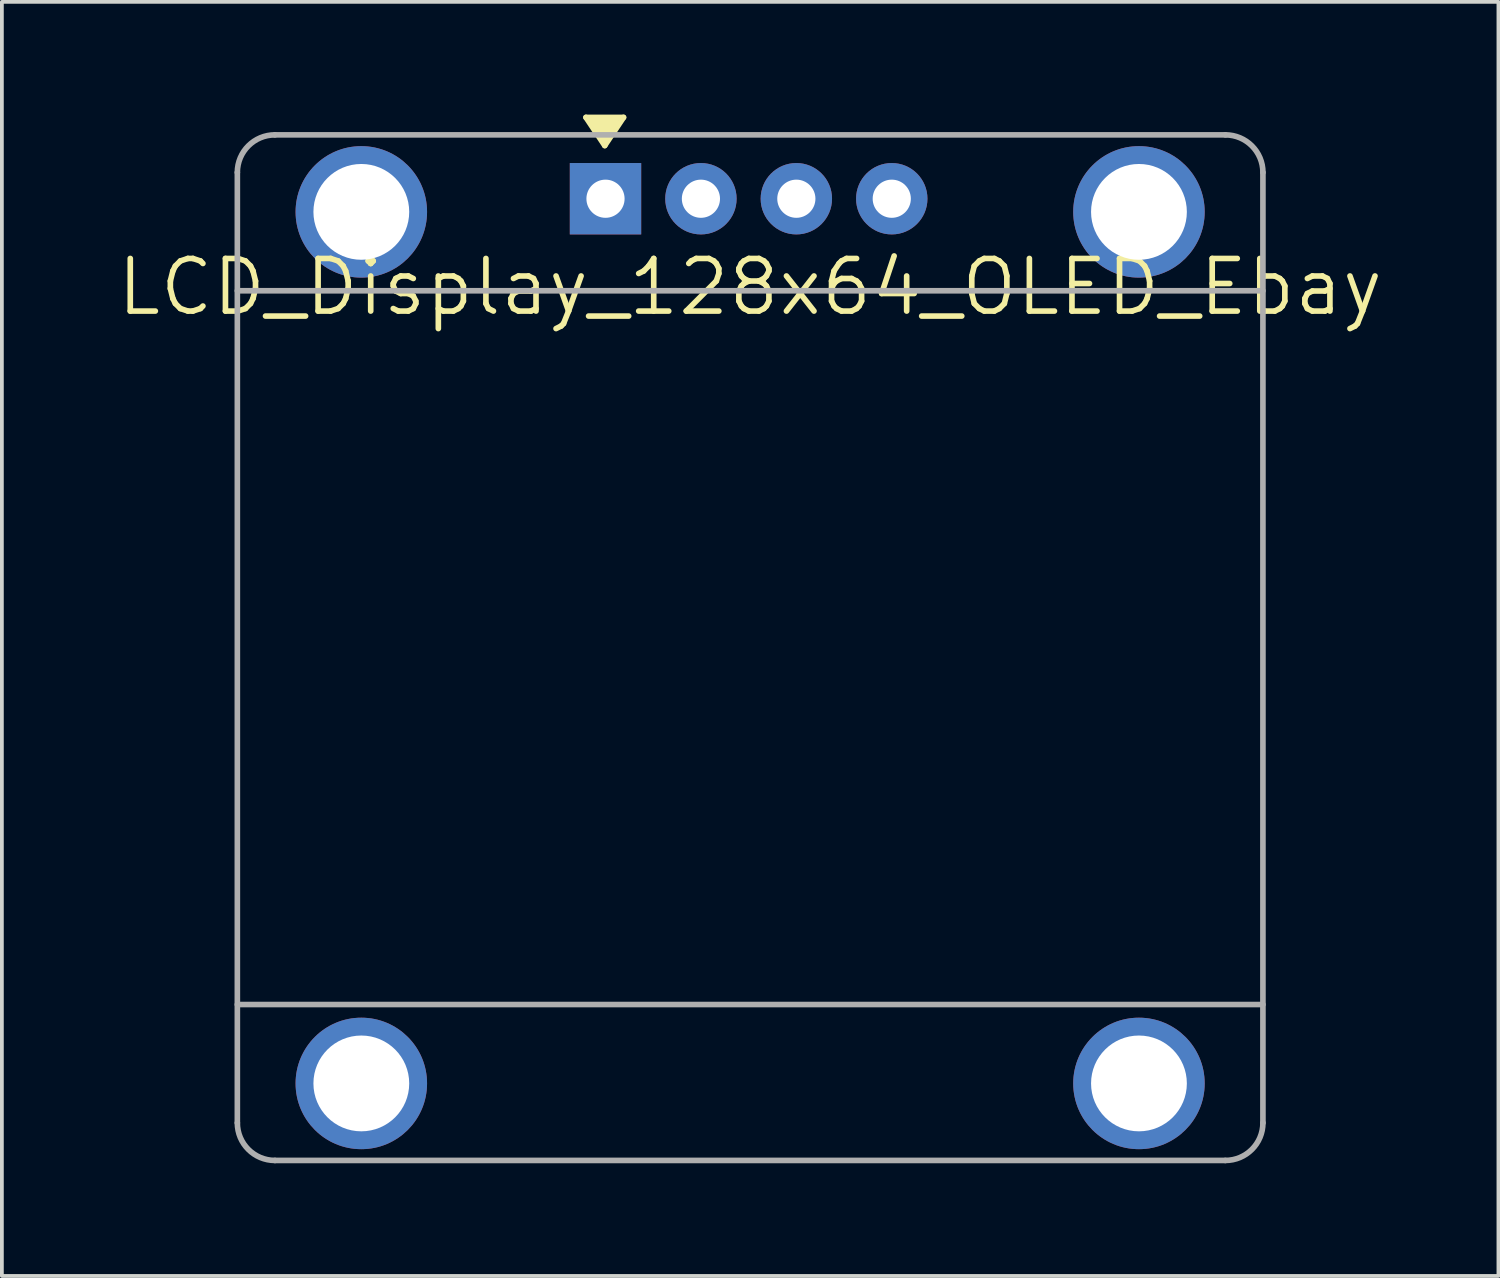
<source format=kicad_pcb>
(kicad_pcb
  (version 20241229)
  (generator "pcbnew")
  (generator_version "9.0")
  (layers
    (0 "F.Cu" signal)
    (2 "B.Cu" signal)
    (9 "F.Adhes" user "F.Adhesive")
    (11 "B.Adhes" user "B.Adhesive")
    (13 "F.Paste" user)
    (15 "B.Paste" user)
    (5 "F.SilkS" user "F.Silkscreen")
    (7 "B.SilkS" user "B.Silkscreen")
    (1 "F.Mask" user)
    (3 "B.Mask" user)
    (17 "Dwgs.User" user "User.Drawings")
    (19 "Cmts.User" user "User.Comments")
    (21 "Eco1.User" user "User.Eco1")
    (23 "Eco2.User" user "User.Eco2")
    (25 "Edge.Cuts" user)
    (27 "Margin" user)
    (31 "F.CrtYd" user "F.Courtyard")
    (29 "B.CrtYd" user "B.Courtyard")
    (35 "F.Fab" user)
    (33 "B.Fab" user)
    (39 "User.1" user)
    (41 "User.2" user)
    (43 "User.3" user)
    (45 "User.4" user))
  (footprint "LCD_Display_128x64_OLED_Ebay"
    (layer "F.Cu")
    (at 16.918 14.19)
    (property "Reference" "LCD_Display_128x64_OLED_Ebay" (at 0 -9.6 0) (layer "F.SilkS") (effects (font (size 1.4 1.4) (thickness 0.15))))
    (attr through_hole)
    (fp_line (start -4.37 -14.115) (end -3.37 -14.115) (stroke (width 0.15) (type solid)) (layer "F.SilkS"))
    (fp_line (start -4.17 -14.015) (end -3.57 -14.015) (stroke (width 0.15) (type solid)) (layer "F.SilkS"))
    (fp_line (start -3.97 -13.915) (end -3.77 -13.915) (stroke (width 0.15) (type solid)) (layer "F.SilkS"))
    (fp_line (start -3.87 -13.765) (end -3.97 -13.915) (stroke (width 0.15) (type solid)) (layer "F.SilkS"))
    (fp_line (start -3.87 -13.565) (end -4.17 -14.015) (stroke (width 0.15) (type solid)) (layer "F.SilkS"))
    (fp_line (start -3.87 -13.365) (end -4.37 -14.115) (stroke (width 0.15) (type solid)) (layer "F.SilkS"))
    (fp_line (start -3.77 -13.915) (end -3.87 -13.765) (stroke (width 0.15) (type solid)) (layer "F.SilkS"))
    (fp_line (start -3.57 -14.015) (end -3.87 -13.565) (stroke (width 0.15) (type solid)) (layer "F.SilkS"))
    (fp_line (start -3.37 -14.115) (end -3.87 -13.365) (stroke (width 0.15) (type solid)) (layer "F.SilkS"))
    (fp_line (start -13.65 -9.5) (end 13.65 -9.5) (stroke (width 0.15) (type solid)) (layer "F.Fab"))
    (fp_line (start -13.65 9.5) (end 13.65 9.5) (stroke (width 0.15) (type solid)) (layer "F.Fab"))
    (fp_line (start -13.65 12.65) (end -13.65 -12.65) (stroke (width 0.15) (type solid)) (layer "F.Fab"))
    (fp_line (start -12.65 -13.65) (end 12.65 -13.65) (stroke (width 0.15) (type solid)) (layer "F.Fab"))
    (fp_line (start 12.65 13.65) (end -12.65 13.65) (stroke (width 0.15) (type solid)) (layer "F.Fab"))
    (fp_line (start 13.65 -12.65) (end 13.65 12.65) (stroke (width 0.15) (type solid)) (layer "F.Fab"))
    (fp_arc (start -13.65 -12.65) (mid -13.357107 -13.357107) (end -12.65 -13.65) (stroke (width 0.15) (type solid)) (layer "F.Fab"))
    (fp_arc (start -12.65 13.65) (mid -13.357107 13.357107) (end -13.65 12.65) (stroke (width 0.15) (type solid)) (layer "F.Fab"))
    (fp_arc (start 12.65 -13.65) (mid 13.357107 -13.357107) (end 13.65 -12.65) (stroke (width 0.15) (type solid)) (layer "F.Fab"))
    (fp_arc (start 13.65 12.65) (mid 13.357107 13.357107) (end 12.65 13.65) (stroke (width 0.15) (type solid)) (layer "F.Fab"))
    (pad "" thru_hole circle (at -10.35 -11.6) (size 3.5 3.5) (drill 2.55) (layers "*.Cu" "*.Mask"))
    (pad "" thru_hole circle (at -10.35 11.6) (size 3.5 3.5) (drill 2.55) (layers "*.Cu" "*.Mask"))
    (pad "" thru_hole circle (at 10.35 -11.6) (size 3.5 3.5) (drill 2.55) (layers "*.Cu" "*.Mask"))
    (pad "" thru_hole circle (at 10.35 11.6) (size 3.5 3.5) (drill 2.55) (layers "*.Cu" "*.Mask"))
    (pad "1" thru_hole rect (at -3.85 -11.95) (size 1.9 1.9) (drill 1.016) (layers "*.Cu" "*.Mask"))
    (pad "2" thru_hole circle (at -1.31 -11.95) (size 1.9 1.9) (drill 1.016) (layers "*.Cu" "*.Mask"))
    (pad "3" thru_hole circle (at 1.23 -11.95) (size 1.9 1.9) (drill 1.016) (layers "*.Cu" "*.Mask"))
    (pad "4" thru_hole circle (at 3.77 -11.95) (size 1.9 1.9) (drill 1.016) (layers "*.Cu" "*.Mask")))
  (gr_rect
    (start -3 -3)
    (end 36.837 30.915)
    (stroke (width 0.1) (type default))
    (fill no)
    (layer "Edge.Cuts")))
</source>
